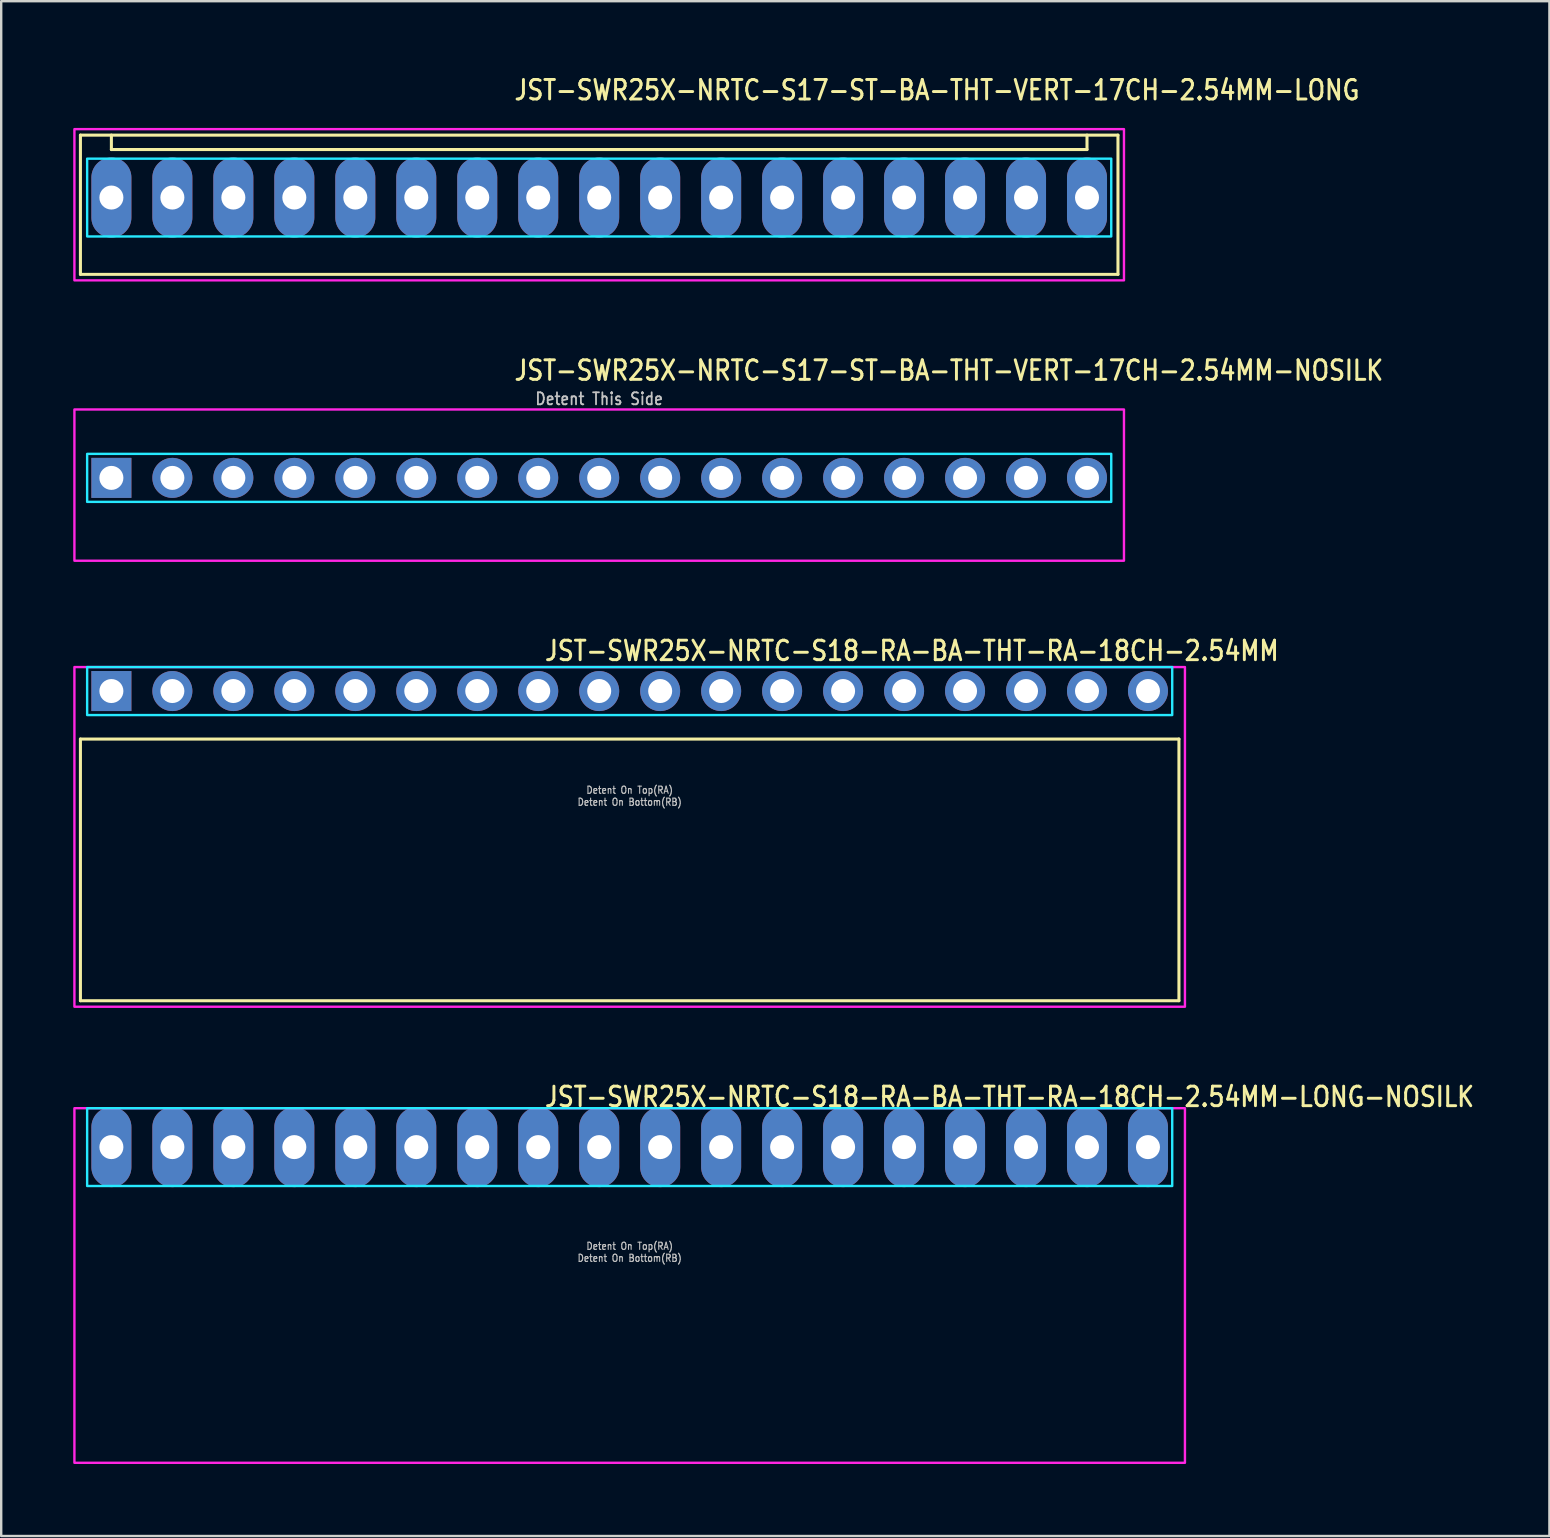
<source format=kicad_pcb>
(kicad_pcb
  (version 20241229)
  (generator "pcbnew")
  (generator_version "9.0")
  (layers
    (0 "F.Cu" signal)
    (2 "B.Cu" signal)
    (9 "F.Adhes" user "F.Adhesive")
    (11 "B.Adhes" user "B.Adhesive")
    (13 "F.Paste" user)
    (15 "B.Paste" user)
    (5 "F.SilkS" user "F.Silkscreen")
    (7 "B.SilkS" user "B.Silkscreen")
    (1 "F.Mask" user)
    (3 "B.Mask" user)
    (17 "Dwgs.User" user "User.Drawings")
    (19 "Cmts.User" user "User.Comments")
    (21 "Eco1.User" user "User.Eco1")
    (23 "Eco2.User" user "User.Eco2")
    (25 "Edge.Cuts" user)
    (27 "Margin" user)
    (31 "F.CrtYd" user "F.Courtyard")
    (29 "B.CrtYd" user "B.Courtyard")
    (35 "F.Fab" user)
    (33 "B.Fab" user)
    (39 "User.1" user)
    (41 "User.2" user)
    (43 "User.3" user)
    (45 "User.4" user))
  (footprint "JST-SWR25X-NRTC-S17-ST-BA-THT-VERT-17CH-2.54MM-NOSILK"
    (layer "F.Cu")
    (at 21.91 16.857)
    (property "Reference" "JST-SWR25X-NRTC-S17-ST-BA-THT-VERT-17CH-2.54MM-NOSILK" (at -3.6 -4 0) (unlocked yes) (layer "F.SilkS") (effects (font (size 0.813 0.695) (thickness 0.122)) (justify left bottom)))
    (fp_poly (pts (xy -21.33 -1) (xy -21.33 1) (xy 21.33 1) (xy 21.33 -1)) (stroke (width 0.1) (type solid)) (fill no) (layer "B.CrtYd"))
    (fp_poly (pts (xy -21.86 -2.85) (xy -21.86 3.45) (xy 21.86 3.45) (xy 21.86 -2.85)) (stroke (width 0.1) (type solid)) (fill no) (layer "F.CrtYd"))
    (fp_text user "Detent This Side" (at 0 -3 0) (unlocked yes) (layer "Dwgs.User") (effects (font (size 0.5 0.427) (thickness 0.075)) (justify bottom)))
    (pad "P$1" thru_hole rect (at -20.32 0) (size 1.667 1.667) (drill 1) (layers "*.Cu" "*.Mask"))
    (pad "P$2" thru_hole oval (at -17.78 0) (size 1.667 1.667) (drill 1) (layers "*.Cu" "*.Mask"))
    (pad "P$3" thru_hole oval (at -15.24 0) (size 1.667 1.667) (drill 1) (layers "*.Cu" "*.Mask"))
    (pad "P$4" thru_hole oval (at -12.7 0) (size 1.667 1.667) (drill 1) (layers "*.Cu" "*.Mask"))
    (pad "P$5" thru_hole oval (at -10.16 0) (size 1.667 1.667) (drill 1) (layers "*.Cu" "*.Mask"))
    (pad "P$6" thru_hole oval (at -7.62 0) (size 1.667 1.667) (drill 1) (layers "*.Cu" "*.Mask"))
    (pad "P$7" thru_hole oval (at -5.08 0) (size 1.667 1.667) (drill 1) (layers "*.Cu" "*.Mask"))
    (pad "P$8" thru_hole oval (at -2.54 0) (size 1.667 1.667) (drill 1) (layers "*.Cu" "*.Mask"))
    (pad "P$9" thru_hole oval (at 0 0) (size 1.667 1.667) (drill 1) (layers "*.Cu" "*.Mask"))
    (pad "P$10" thru_hole oval (at 2.54 0) (size 1.667 1.667) (drill 1) (layers "*.Cu" "*.Mask"))
    (pad "P$11" thru_hole oval (at 5.08 0) (size 1.667 1.667) (drill 1) (layers "*.Cu" "*.Mask"))
    (pad "P$12" thru_hole oval (at 7.62 0) (size 1.667 1.667) (drill 1) (layers "*.Cu" "*.Mask"))
    (pad "P$13" thru_hole oval (at 10.16 0) (size 1.667 1.667) (drill 1) (layers "*.Cu" "*.Mask"))
    (pad "P$14" thru_hole oval (at 12.7 0) (size 1.667 1.667) (drill 1) (layers "*.Cu" "*.Mask"))
    (pad "P$15" thru_hole oval (at 15.24 0) (size 1.667 1.667) (drill 1) (layers "*.Cu" "*.Mask"))
    (pad "P$16" thru_hole oval (at 17.78 0) (size 1.667 1.667) (drill 1) (layers "*.Cu" "*.Mask"))
    (pad "P$17" thru_hole oval (at 20.32 0) (size 1.667 1.667) (drill 1) (layers "*.Cu" "*.Mask")))
  (footprint "JST-SWR25X-NRTC-S18-RA-BA-THT-RA-18CH-2.54MM"
    (layer "F.Cu")
    (at 23.18 25.736)
    (property "Reference" "JST-SWR25X-NRTC-S18-RA-BA-THT-RA-18CH-2.54MM" (at -3.6 -1.2 0) (unlocked yes) (layer "F.SilkS") (effects (font (size 0.813 0.695) (thickness 0.122)) (justify left bottom)))
    (fp_line (start -22.88 2) (end 22.88 2) (stroke (width 0.127) (type solid)) (layer "F.SilkS"))
    (fp_line (start -22.88 12.9) (end -22.88 2) (stroke (width 0.127) (type solid)) (layer "F.SilkS"))
    (fp_line (start -22.88 12.9) (end 22.88 12.9) (stroke (width 0.127) (type solid)) (layer "F.SilkS"))
    (fp_line (start 22.88 2) (end 22.88 12.9) (stroke (width 0.127) (type solid)) (layer "F.SilkS"))
    (fp_poly (pts (xy -22.6 -1) (xy -22.6 1) (xy 22.6 1) (xy 22.6 -1)) (stroke (width 0.1) (type solid)) (fill no) (layer "B.CrtYd"))
    (fp_poly (pts (xy -23.13 -1) (xy -23.13 13.15) (xy 23.13 13.15) (xy 23.13 -1)) (stroke (width 0.1) (type solid)) (fill no) (layer "F.CrtYd"))
    (fp_text user "Detent On Top(RA)" (at 0 4.3 0) (unlocked yes) (layer "Dwgs.User") (effects (font (size 0.3 0.257) (thickness 0.045)) (justify bottom)))
    (fp_text user "Detent On Bottom(RB)" (at 0 4.8 0) (unlocked yes) (layer "Dwgs.User") (effects (font (size 0.3 0.257) (thickness 0.045)) (justify bottom)))
    (pad "P$1" thru_hole rect (at -21.59 0) (size 1.667 1.667) (drill 1) (layers "*.Cu" "*.Mask"))
    (pad "P$2" thru_hole oval (at -19.05 0) (size 1.667 1.667) (drill 1) (layers "*.Cu" "*.Mask"))
    (pad "P$3" thru_hole oval (at -16.51 0) (size 1.667 1.667) (drill 1) (layers "*.Cu" "*.Mask"))
    (pad "P$4" thru_hole oval (at -13.97 0) (size 1.667 1.667) (drill 1) (layers "*.Cu" "*.Mask"))
    (pad "P$5" thru_hole oval (at -11.43 0) (size 1.667 1.667) (drill 1) (layers "*.Cu" "*.Mask"))
    (pad "P$6" thru_hole oval (at -8.89 0) (size 1.667 1.667) (drill 1) (layers "*.Cu" "*.Mask"))
    (pad "P$7" thru_hole oval (at -6.35 0) (size 1.667 1.667) (drill 1) (layers "*.Cu" "*.Mask"))
    (pad "P$8" thru_hole oval (at -3.81 0) (size 1.667 1.667) (drill 1) (layers "*.Cu" "*.Mask"))
    (pad "P$9" thru_hole oval (at -1.27 0) (size 1.667 1.667) (drill 1) (layers "*.Cu" "*.Mask"))
    (pad "P$10" thru_hole oval (at 1.27 0) (size 1.667 1.667) (drill 1) (layers "*.Cu" "*.Mask"))
    (pad "P$11" thru_hole oval (at 3.81 0) (size 1.667 1.667) (drill 1) (layers "*.Cu" "*.Mask"))
    (pad "P$12" thru_hole oval (at 6.35 0) (size 1.667 1.667) (drill 1) (layers "*.Cu" "*.Mask"))
    (pad "P$13" thru_hole oval (at 8.89 0) (size 1.667 1.667) (drill 1) (layers "*.Cu" "*.Mask"))
    (pad "P$14" thru_hole oval (at 11.43 0) (size 1.667 1.667) (drill 1) (layers "*.Cu" "*.Mask"))
    (pad "P$15" thru_hole oval (at 13.97 0) (size 1.667 1.667) (drill 1) (layers "*.Cu" "*.Mask"))
    (pad "P$16" thru_hole oval (at 16.51 0) (size 1.667 1.667) (drill 1) (layers "*.Cu" "*.Mask"))
    (pad "P$17" thru_hole oval (at 19.05 0) (size 1.667 1.667) (drill 1) (layers "*.Cu" "*.Mask"))
    (pad "P$18" thru_hole oval (at 21.59 0) (size 1.667 1.667) (drill 1) (layers "*.Cu" "*.Mask")))
  (footprint "JST-SWR25X-NRTC-S18-RA-BA-THT-RA-18CH-2.54MM-LONG-NOSILK"
    (layer "F.Cu")
    (at 23.18 44.734)
    (property "Reference" "JST-SWR25X-NRTC-S18-RA-BA-THT-RA-18CH-2.54MM-LONG-NOSILK" (at -3.6 -1.62 0) (unlocked yes) (layer "F.SilkS") (effects (font (size 0.813 0.695) (thickness 0.122)) (justify left bottom)))
    (fp_poly (pts (xy -22.6 -1.62) (xy -22.6 1.62) (xy 22.6 1.62) (xy 22.6 -1.62)) (stroke (width 0.1) (type solid)) (fill no) (layer "B.CrtYd"))
    (fp_poly (pts (xy -23.13 -1.62) (xy -23.13 13.15) (xy 23.13 13.15) (xy 23.13 -1.62)) (stroke (width 0.1) (type solid)) (fill no) (layer "F.CrtYd"))
    (fp_text user "Detent On Top(RA)" (at 0 4.3 0) (unlocked yes) (layer "Dwgs.User") (effects (font (size 0.3 0.257) (thickness 0.045)) (justify bottom)))
    (fp_text user "Detent On Bottom(RB)" (at 0 4.8 0) (unlocked yes) (layer "Dwgs.User") (effects (font (size 0.3 0.257) (thickness 0.045)) (justify bottom)))
    (pad "P$1" thru_hole oval (at -21.59 0 90) (size 3.333 1.667) (drill 1) (layers "*.Cu" "*.Mask"))
    (pad "P$2" thru_hole oval (at -19.05 0 90) (size 3.333 1.667) (drill 1) (layers "*.Cu" "*.Mask"))
    (pad "P$3" thru_hole oval (at -16.51 0 90) (size 3.333 1.667) (drill 1) (layers "*.Cu" "*.Mask"))
    (pad "P$4" thru_hole oval (at -13.97 0 90) (size 3.333 1.667) (drill 1) (layers "*.Cu" "*.Mask"))
    (pad "P$5" thru_hole oval (at -11.43 0 90) (size 3.333 1.667) (drill 1) (layers "*.Cu" "*.Mask"))
    (pad "P$6" thru_hole oval (at -8.89 0 90) (size 3.333 1.667) (drill 1) (layers "*.Cu" "*.Mask"))
    (pad "P$7" thru_hole oval (at -6.35 0 90) (size 3.333 1.667) (drill 1) (layers "*.Cu" "*.Mask"))
    (pad "P$8" thru_hole oval (at -3.81 0 90) (size 3.333 1.667) (drill 1) (layers "*.Cu" "*.Mask"))
    (pad "P$9" thru_hole oval (at -1.27 0 90) (size 3.333 1.667) (drill 1) (layers "*.Cu" "*.Mask"))
    (pad "P$10" thru_hole oval (at 1.27 0 90) (size 3.333 1.667) (drill 1) (layers "*.Cu" "*.Mask"))
    (pad "P$11" thru_hole oval (at 3.81 0 90) (size 3.333 1.667) (drill 1) (layers "*.Cu" "*.Mask"))
    (pad "P$12" thru_hole oval (at 6.35 0 90) (size 3.333 1.667) (drill 1) (layers "*.Cu" "*.Mask"))
    (pad "P$13" thru_hole oval (at 8.89 0 90) (size 3.333 1.667) (drill 1) (layers "*.Cu" "*.Mask"))
    (pad "P$14" thru_hole oval (at 11.43 0 90) (size 3.333 1.667) (drill 1) (layers "*.Cu" "*.Mask"))
    (pad "P$15" thru_hole oval (at 13.97 0 90) (size 3.333 1.667) (drill 1) (layers "*.Cu" "*.Mask"))
    (pad "P$16" thru_hole oval (at 16.51 0 90) (size 3.333 1.667) (drill 1) (layers "*.Cu" "*.Mask"))
    (pad "P$17" thru_hole oval (at 19.05 0 90) (size 3.333 1.667) (drill 1) (layers "*.Cu" "*.Mask"))
    (pad "P$18" thru_hole oval (at 21.59 0 90) (size 3.333 1.667) (drill 1) (layers "*.Cu" "*.Mask")))
  (footprint "JST-SWR25X-NRTC-S17-ST-BA-THT-VERT-17CH-2.54MM-LONG"
    (layer "F.Cu")
    (at 21.91 5.179)
    (property "Reference" "JST-SWR25X-NRTC-S17-ST-BA-THT-VERT-17CH-2.54MM-LONG" (at -3.6 -4 0) (unlocked yes) (layer "F.SilkS") (effects (font (size 0.813 0.695) (thickness 0.122)) (justify left bottom)))
    (fp_line (start -21.61 -2.6) (end 21.61 -2.6) (stroke (width 0.127) (type solid)) (layer "F.SilkS"))
    (fp_line (start -21.61 3.2) (end -21.61 -2.6) (stroke (width 0.127) (type solid)) (layer "F.SilkS"))
    (fp_line (start -21.61 3.2) (end 21.61 3.2) (stroke (width 0.127) (type solid)) (layer "F.SilkS"))
    (fp_line (start -20.32 -2.6) (end -20.32 -2) (stroke (width 0.127) (type solid)) (layer "F.SilkS"))
    (fp_line (start -20.32 -2) (end 20.32 -2) (stroke (width 0.127) (type solid)) (layer "F.SilkS"))
    (fp_line (start 20.32 -2.6) (end 20.32 -2) (stroke (width 0.127) (type solid)) (layer "F.SilkS"))
    (fp_line (start 21.61 -2.6) (end 21.61 3.2) (stroke (width 0.127) (type solid)) (layer "F.SilkS"))
    (fp_poly (pts (xy -21.33 -1.62) (xy -21.33 1.62) (xy 21.33 1.62) (xy 21.33 -1.62)) (stroke (width 0.1) (type solid)) (fill no) (layer "B.CrtYd"))
    (fp_poly (pts (xy -21.86 -2.85) (xy -21.86 3.45) (xy 21.86 3.45) (xy 21.86 -2.85)) (stroke (width 0.1) (type solid)) (fill no) (layer "F.CrtYd"))
    (pad "P$1" thru_hole oval (at -20.32 0 90) (size 3.333 1.667) (drill 1) (layers "*.Cu" "*.Mask"))
    (pad "P$2" thru_hole oval (at -17.78 0 90) (size 3.333 1.667) (drill 1) (layers "*.Cu" "*.Mask"))
    (pad "P$3" thru_hole oval (at -15.24 0 90) (size 3.333 1.667) (drill 1) (layers "*.Cu" "*.Mask"))
    (pad "P$4" thru_hole oval (at -12.7 0 90) (size 3.333 1.667) (drill 1) (layers "*.Cu" "*.Mask"))
    (pad "P$5" thru_hole oval (at -10.16 0 90) (size 3.333 1.667) (drill 1) (layers "*.Cu" "*.Mask"))
    (pad "P$6" thru_hole oval (at -7.62 0 90) (size 3.333 1.667) (drill 1) (layers "*.Cu" "*.Mask"))
    (pad "P$7" thru_hole oval (at -5.08 0 90) (size 3.333 1.667) (drill 1) (layers "*.Cu" "*.Mask"))
    (pad "P$8" thru_hole oval (at -2.54 0 90) (size 3.333 1.667) (drill 1) (layers "*.Cu" "*.Mask"))
    (pad "P$9" thru_hole oval (at 0 0 90) (size 3.333 1.667) (drill 1) (layers "*.Cu" "*.Mask"))
    (pad "P$10" thru_hole oval (at 2.54 0 90) (size 3.333 1.667) (drill 1) (layers "*.Cu" "*.Mask"))
    (pad "P$11" thru_hole oval (at 5.08 0 90) (size 3.333 1.667) (drill 1) (layers "*.Cu" "*.Mask"))
    (pad "P$12" thru_hole oval (at 7.62 0 90) (size 3.333 1.667) (drill 1) (layers "*.Cu" "*.Mask"))
    (pad "P$13" thru_hole oval (at 10.16 0 90) (size 3.333 1.667) (drill 1) (layers "*.Cu" "*.Mask"))
    (pad "P$14" thru_hole oval (at 12.7 0 90) (size 3.333 1.667) (drill 1) (layers "*.Cu" "*.Mask"))
    (pad "P$15" thru_hole oval (at 15.24 0 90) (size 3.333 1.667) (drill 1) (layers "*.Cu" "*.Mask"))
    (pad "P$16" thru_hole oval (at 17.78 0 90) (size 3.333 1.667) (drill 1) (layers "*.Cu" "*.Mask"))
    (pad "P$17" thru_hole oval (at 20.32 0 90) (size 3.333 1.667) (drill 1) (layers "*.Cu" "*.Mask")))
  (gr_rect
    (start -3 -3)
    (end 61.492 60.934)
    (stroke (width 0.1) (type default))
    (fill no)
    (layer "Edge.Cuts")))
</source>
